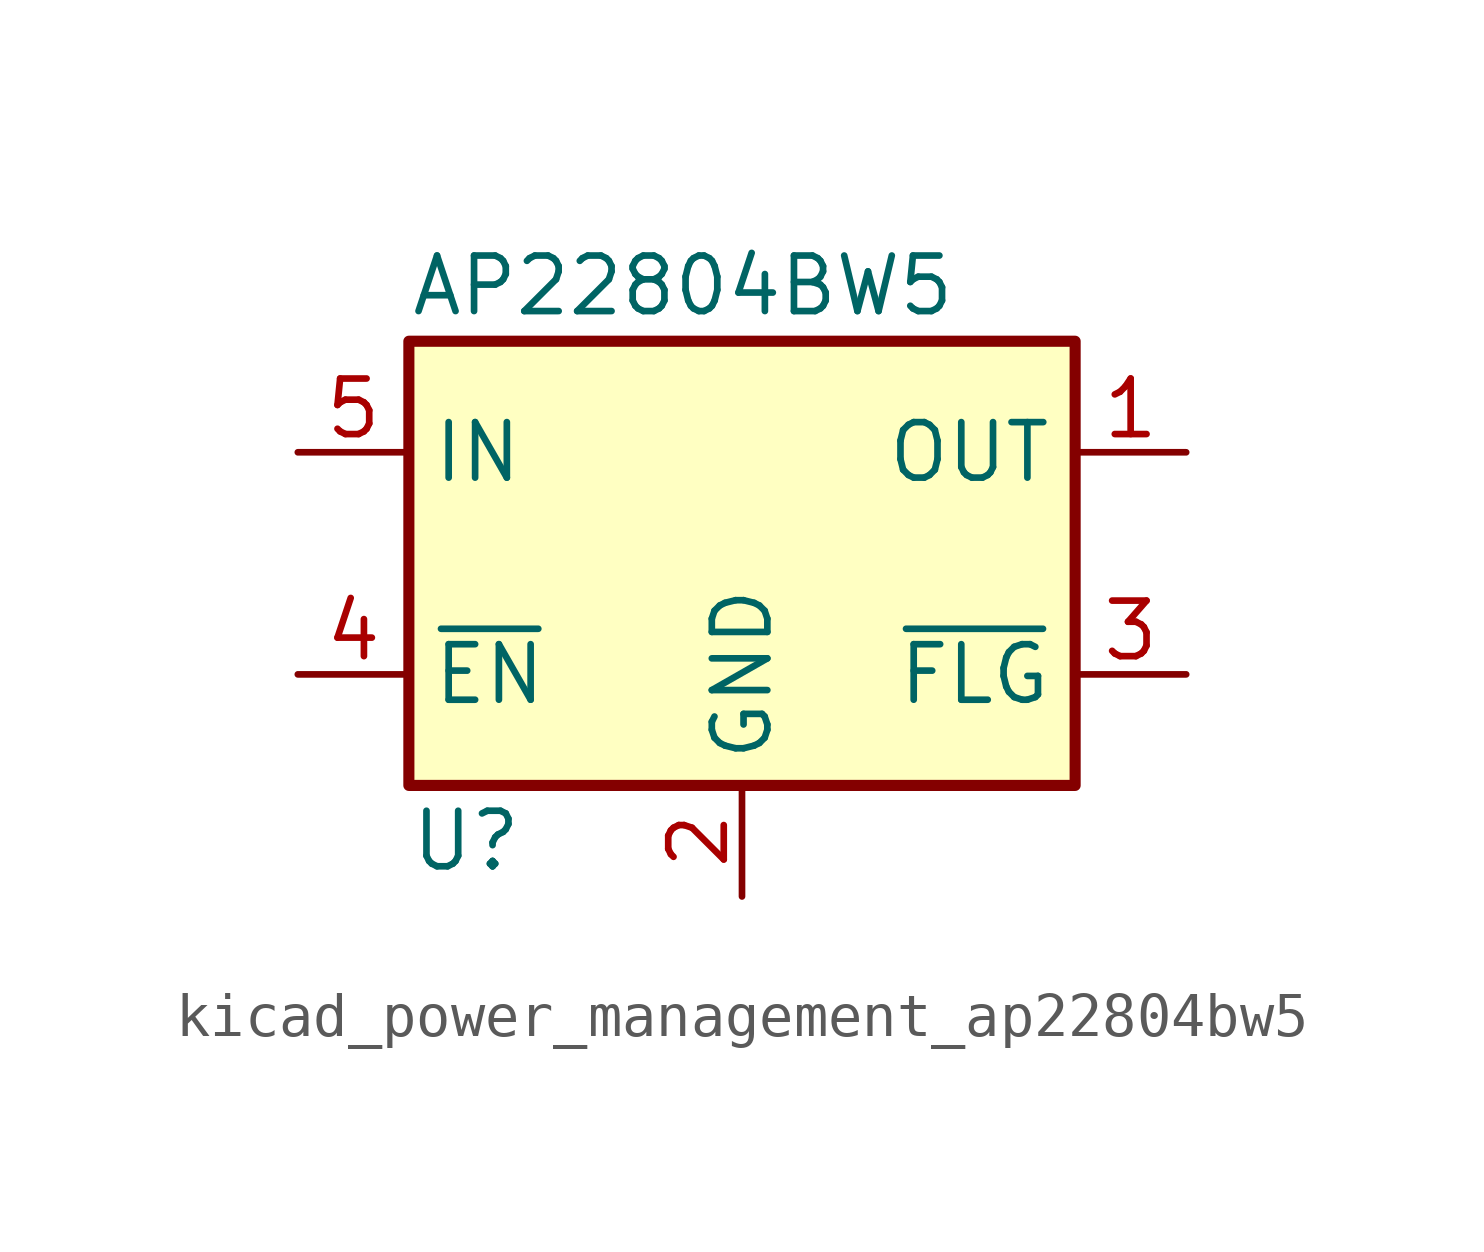
<source format=kicad_sym>
(kicad_symbol_lib
  (version 20220914)
  (generator kicad_symbol_editor)
  (symbol "kicad_power_management_ap22804bw5"
    (property "Reference" "U"
      (at -7.62 -6.35 0)
      (effects (font (size 1.27 1.27)) (justify left)))
    (property "Value" "AP22804BW5"
      (at -7.62 6.35 0)
      (effects (font (size 1.27 1.27)) (justify left)))
    (symbol "kicad_power_management_ap22804bw5_0_1"
      (rectangle (start -7.62 5.08) (end 7.62 -5.08) (stroke (width 0.254) (type default)) (fill (type background))))
    (symbol "kicad_power_management_ap22804bw5_1_1"
      (pin power_out line (at 10.16 2.54 180) (length 2.54) (name "OUT" (effects (font (size 1.27 1.27)))) (number "1" (effects (font (size 1.27 1.27)))))
      (pin power_in line (at 0 -7.62 90) (length 2.54) (name "GND" (effects (font (size 1.27 1.27)))) (number "2" (effects (font (size 1.27 1.27)))))
      (pin open_collector line (at 10.16 -2.54 180) (length 2.54) (name "~{FLG}" (effects (font (size 1.27 1.27)))) (number "3" (effects (font (size 1.27 1.27)))))
      (pin input line (at -10.16 -2.54 0) (length 2.54) (name "~{EN}" (effects (font (size 1.27 1.27)))) (number "4" (effects (font (size 1.27 1.27)))))
      (pin power_in line (at -10.16 2.54 0) (length 2.54) (name "IN" (effects (font (size 1.27 1.27)))) (number "5" (effects (font (size 1.27 1.27))))))))
</source>
